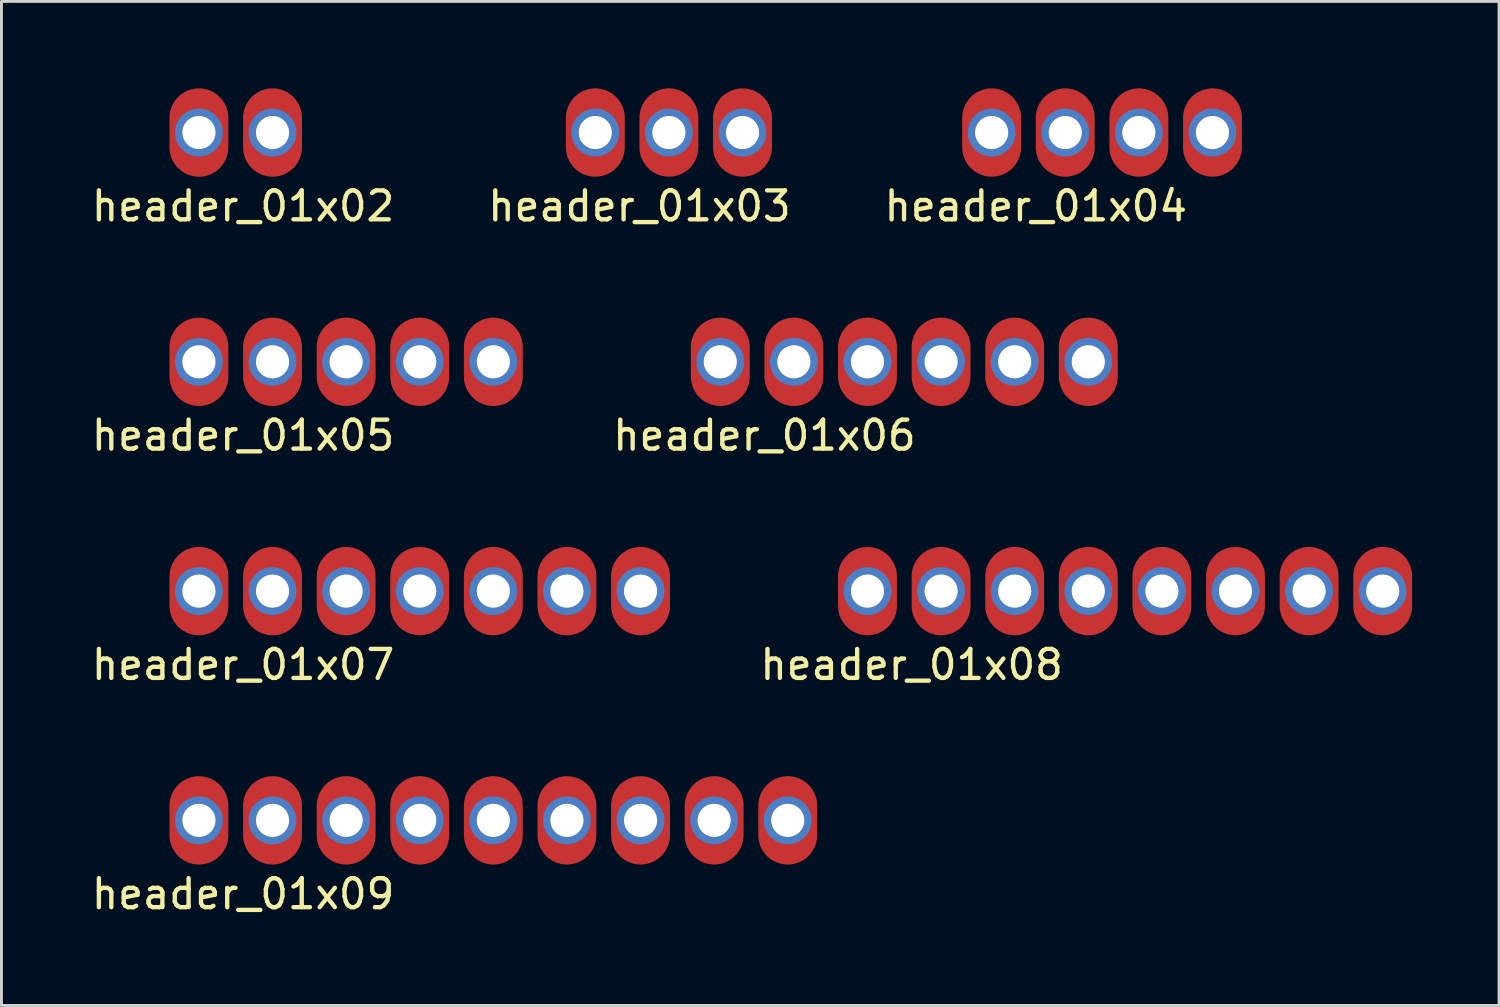
<source format=kicad_pcb>
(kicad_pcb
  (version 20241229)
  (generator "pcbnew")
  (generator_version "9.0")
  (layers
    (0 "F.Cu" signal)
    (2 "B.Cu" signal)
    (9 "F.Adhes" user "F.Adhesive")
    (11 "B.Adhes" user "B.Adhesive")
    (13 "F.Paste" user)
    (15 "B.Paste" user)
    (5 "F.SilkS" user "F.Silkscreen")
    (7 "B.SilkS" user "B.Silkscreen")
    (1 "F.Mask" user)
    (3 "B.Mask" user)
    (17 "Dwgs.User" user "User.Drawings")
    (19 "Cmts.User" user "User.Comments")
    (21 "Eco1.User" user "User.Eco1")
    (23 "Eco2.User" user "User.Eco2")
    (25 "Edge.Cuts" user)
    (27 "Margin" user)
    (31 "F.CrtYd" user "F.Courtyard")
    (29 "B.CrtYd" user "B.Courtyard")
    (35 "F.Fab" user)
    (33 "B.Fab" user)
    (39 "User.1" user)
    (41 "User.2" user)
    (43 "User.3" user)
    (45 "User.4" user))
  (footprint "header_01x08"
    (layer "F.Cu")
    (at 26.887 17.349)
    (property "Reference" "header_01x08" (at 1.524 2.54 180) (layer "F.SilkS") (effects (font (size 1 1) (thickness 0.15))))
    (attr through_hole)
    (pad "1" thru_hole circle (at 0 0) (size 1.651 1.651) (drill 1.143) (layers "*.Cu" "*.Mask"))
    (pad "1" smd oval (at 0 0) (size 2.032 3.048) (layers "F.Cu" "F.Mask" "F.Paste"))
    (pad "2" thru_hole circle (at 2.54 0) (size 1.651 1.651) (drill 1.143) (layers "*.Cu" "*.Mask"))
    (pad "2" smd oval (at 2.54 0) (size 2.032 3.048) (layers "F.Cu" "F.Mask" "F.Paste"))
    (pad "3" thru_hole circle (at 5.08 0) (size 1.651 1.651) (drill 1.143) (layers "*.Cu" "*.Mask"))
    (pad "3" smd oval (at 5.08 0) (size 2.032 3.048) (layers "F.Cu" "F.Mask" "F.Paste"))
    (pad "4" thru_hole circle (at 7.62 0) (size 1.651 1.651) (drill 1.143) (layers "*.Cu" "*.Mask"))
    (pad "4" smd oval (at 7.62 0) (size 2.032 3.048) (layers "F.Cu" "F.Mask" "F.Paste"))
    (pad "5" thru_hole circle (at 10.16 0) (size 1.651 1.651) (drill 1.143) (layers "*.Cu" "*.Mask"))
    (pad "5" smd oval (at 10.16 0) (size 2.032 3.048) (layers "F.Cu" "F.Mask" "F.Paste"))
    (pad "6" thru_hole circle (at 12.7 0) (size 1.651 1.651) (drill 1.143) (layers "*.Cu" "*.Mask"))
    (pad "6" smd oval (at 12.7 0) (size 2.032 3.048) (layers "F.Cu" "F.Mask" "F.Paste"))
    (pad "7" thru_hole circle (at 15.24 0) (size 1.651 1.651) (drill 1.143) (layers "*.Cu" "*.Mask"))
    (pad "7" smd oval (at 15.24 0) (size 2.032 3.048) (layers "F.Cu" "F.Mask" "F.Paste"))
    (pad "8" thru_hole circle (at 17.78 0) (size 1.651 1.651) (drill 1.143) (layers "*.Cu" "*.Mask"))
    (pad "8" smd oval (at 17.78 0) (size 2.032 3.048) (layers "F.Cu" "F.Mask" "F.Paste")))
  (footprint "header_01x03"
    (layer "F.Cu")
    (at 17.494 1.524)
    (property "Reference" "header_01x03" (at 1.524 2.54 180) (layer "F.SilkS") (effects (font (size 1 1) (thickness 0.15))))
    (attr through_hole)
    (pad "1" thru_hole circle (at 0 0) (size 1.651 1.651) (drill 1.143) (layers "*.Cu" "*.Mask"))
    (pad "1" smd oval (at 0 0) (size 2.032 3.048) (layers "F.Cu" "F.Mask" "F.Paste"))
    (pad "2" thru_hole circle (at 2.54 0) (size 1.651 1.651) (drill 1.143) (layers "*.Cu" "*.Mask"))
    (pad "2" smd oval (at 2.54 0) (size 2.032 3.048) (layers "F.Cu" "F.Mask" "F.Paste"))
    (pad "3" thru_hole circle (at 5.08 0) (size 1.651 1.651) (drill 1.143) (layers "*.Cu" "*.Mask"))
    (pad "3" smd oval (at 5.08 0) (size 2.032 3.048) (layers "F.Cu" "F.Mask" "F.Paste")))
  (footprint "header_01x04"
    (layer "F.Cu")
    (at 31.172 1.524)
    (property "Reference" "header_01x04" (at 1.524 2.54 180) (layer "F.SilkS") (effects (font (size 1 1) (thickness 0.15))))
    (attr through_hole)
    (pad "1" thru_hole circle (at 0 0) (size 1.651 1.651) (drill 1.143) (layers "*.Cu" "*.Mask"))
    (pad "1" smd oval (at 0 0) (size 2.032 3.048) (layers "F.Cu" "F.Mask" "F.Paste"))
    (pad "2" thru_hole circle (at 2.54 0) (size 1.651 1.651) (drill 1.143) (layers "*.Cu" "*.Mask"))
    (pad "2" smd oval (at 2.54 0) (size 2.032 3.048) (layers "F.Cu" "F.Mask" "F.Paste"))
    (pad "3" thru_hole circle (at 5.08 0) (size 1.651 1.651) (drill 1.143) (layers "*.Cu" "*.Mask"))
    (pad "3" smd oval (at 5.08 0) (size 2.032 3.048) (layers "F.Cu" "F.Mask" "F.Paste"))
    (pad "4" thru_hole circle (at 7.62 0) (size 1.651 1.651) (drill 1.143) (layers "*.Cu" "*.Mask"))
    (pad "4" smd oval (at 7.62 0) (size 2.032 3.048) (layers "F.Cu" "F.Mask" "F.Paste")))
  (footprint "header_01x05"
    (layer "F.Cu")
    (at 3.815 9.436)
    (property "Reference" "header_01x05" (at 1.524 2.54 180) (layer "F.SilkS") (effects (font (size 1 1) (thickness 0.15))))
    (attr through_hole)
    (pad "1" thru_hole circle (at 0 0) (size 1.651 1.651) (drill 1.143) (layers "*.Cu" "*.Mask"))
    (pad "1" smd oval (at 0 0) (size 2.032 3.048) (layers "F.Cu" "F.Mask" "F.Paste"))
    (pad "2" thru_hole circle (at 2.54 0) (size 1.651 1.651) (drill 1.143) (layers "*.Cu" "*.Mask"))
    (pad "2" smd oval (at 2.54 0) (size 2.032 3.048) (layers "F.Cu" "F.Mask" "F.Paste"))
    (pad "3" thru_hole circle (at 5.08 0) (size 1.651 1.651) (drill 1.143) (layers "*.Cu" "*.Mask"))
    (pad "3" smd oval (at 5.08 0) (size 2.032 3.048) (layers "F.Cu" "F.Mask" "F.Paste"))
    (pad "4" thru_hole circle (at 7.62 0) (size 1.651 1.651) (drill 1.143) (layers "*.Cu" "*.Mask"))
    (pad "4" smd oval (at 7.62 0) (size 2.032 3.048) (layers "F.Cu" "F.Mask" "F.Paste"))
    (pad "5" thru_hole circle (at 10.16 0) (size 1.651 1.651) (drill 1.143) (layers "*.Cu" "*.Mask"))
    (pad "5" smd oval (at 10.16 0) (size 2.032 3.048) (layers "F.Cu" "F.Mask" "F.Paste")))
  (footprint "header_01x07"
    (layer "F.Cu")
    (at 3.815 17.349)
    (property "Reference" "header_01x07" (at 1.524 2.54 180) (layer "F.SilkS") (effects (font (size 1 1) (thickness 0.15))))
    (attr through_hole)
    (pad "1" thru_hole circle (at 0 0) (size 1.651 1.651) (drill 1.143) (layers "*.Cu" "*.Mask"))
    (pad "1" smd oval (at 0 0) (size 2.032 3.048) (layers "F.Cu" "F.Mask" "F.Paste"))
    (pad "2" thru_hole circle (at 2.54 0) (size 1.651 1.651) (drill 1.143) (layers "*.Cu" "*.Mask"))
    (pad "2" smd oval (at 2.54 0) (size 2.032 3.048) (layers "F.Cu" "F.Mask" "F.Paste"))
    (pad "3" thru_hole circle (at 5.08 0) (size 1.651 1.651) (drill 1.143) (layers "*.Cu" "*.Mask"))
    (pad "3" smd oval (at 5.08 0) (size 2.032 3.048) (layers "F.Cu" "F.Mask" "F.Paste"))
    (pad "4" thru_hole circle (at 7.62 0) (size 1.651 1.651) (drill 1.143) (layers "*.Cu" "*.Mask"))
    (pad "4" smd oval (at 7.62 0) (size 2.032 3.048) (layers "F.Cu" "F.Mask" "F.Paste"))
    (pad "5" thru_hole circle (at 10.16 0) (size 1.651 1.651) (drill 1.143) (layers "*.Cu" "*.Mask"))
    (pad "5" smd oval (at 10.16 0) (size 2.032 3.048) (layers "F.Cu" "F.Mask" "F.Paste"))
    (pad "6" thru_hole circle (at 12.7 0) (size 1.651 1.651) (drill 1.143) (layers "*.Cu" "*.Mask"))
    (pad "6" smd oval (at 12.7 0) (size 2.032 3.048) (layers "F.Cu" "F.Mask" "F.Paste"))
    (pad "7" thru_hole circle (at 15.24 0) (size 1.651 1.651) (drill 1.143) (layers "*.Cu" "*.Mask"))
    (pad "7" smd oval (at 15.24 0) (size 2.032 3.048) (layers "F.Cu" "F.Mask" "F.Paste")))
  (footprint "header_01x06"
    (layer "F.Cu")
    (at 21.807 9.436)
    (property "Reference" "header_01x06" (at 1.524 2.54 180) (layer "F.SilkS") (effects (font (size 1 1) (thickness 0.15))))
    (attr through_hole)
    (pad "1" thru_hole circle (at 0 0) (size 1.651 1.651) (drill 1.143) (layers "*.Cu" "*.Mask"))
    (pad "1" smd oval (at 0 0) (size 2.032 3.048) (layers "F.Cu" "F.Mask" "F.Paste"))
    (pad "2" thru_hole circle (at 2.54 0) (size 1.651 1.651) (drill 1.143) (layers "*.Cu" "*.Mask"))
    (pad "2" smd oval (at 2.54 0) (size 2.032 3.048) (layers "F.Cu" "F.Mask" "F.Paste"))
    (pad "3" thru_hole circle (at 5.08 0) (size 1.651 1.651) (drill 1.143) (layers "*.Cu" "*.Mask"))
    (pad "3" smd oval (at 5.08 0) (size 2.032 3.048) (layers "F.Cu" "F.Mask" "F.Paste"))
    (pad "4" thru_hole circle (at 7.62 0) (size 1.651 1.651) (drill 1.143) (layers "*.Cu" "*.Mask"))
    (pad "4" smd oval (at 7.62 0) (size 2.032 3.048) (layers "F.Cu" "F.Mask" "F.Paste"))
    (pad "5" thru_hole circle (at 10.16 0) (size 1.651 1.651) (drill 1.143) (layers "*.Cu" "*.Mask"))
    (pad "5" smd oval (at 10.16 0) (size 2.032 3.048) (layers "F.Cu" "F.Mask" "F.Paste"))
    (pad "6" thru_hole circle (at 12.7 0) (size 1.651 1.651) (drill 1.143) (layers "*.Cu" "*.Mask"))
    (pad "6" smd oval (at 12.7 0) (size 2.032 3.048) (layers "F.Cu" "F.Mask" "F.Paste")))
  (footprint "header_01x02"
    (layer "F.Cu")
    (at 3.815 1.524)
    (property "Reference" "header_01x02" (at 1.524 2.54 180) (layer "F.SilkS") (effects (font (size 1 1) (thickness 0.15))))
    (attr through_hole)
    (pad "1" thru_hole circle (at 0 0) (size 1.651 1.651) (drill 1.143) (layers "*.Cu" "*.Mask"))
    (pad "1" smd oval (at 0 0) (size 2.032 3.048) (layers "F.Cu" "F.Mask" "F.Paste"))
    (pad "2" thru_hole circle (at 2.54 0) (size 1.651 1.651) (drill 1.143) (layers "*.Cu" "*.Mask"))
    (pad "2" smd oval (at 2.54 0) (size 2.032 3.048) (layers "F.Cu" "F.Mask" "F.Paste")))
  (footprint "header_01x09"
    (layer "F.Cu")
    (at 3.815 25.261)
    (property "Reference" "header_01x09" (at 1.524 2.54 180) (layer "F.SilkS") (effects (font (size 1 1) (thickness 0.15))))
    (attr through_hole)
    (pad "1" thru_hole circle (at 0 0) (size 1.651 1.651) (drill 1.143) (layers "*.Cu" "*.Mask"))
    (pad "1" smd oval (at 0 0) (size 2.032 3.048) (layers "F.Cu" "F.Mask" "F.Paste"))
    (pad "2" thru_hole circle (at 2.54 0) (size 1.651 1.651) (drill 1.143) (layers "*.Cu" "*.Mask"))
    (pad "2" smd oval (at 2.54 0) (size 2.032 3.048) (layers "F.Cu" "F.Mask" "F.Paste"))
    (pad "3" thru_hole circle (at 5.08 0) (size 1.651 1.651) (drill 1.143) (layers "*.Cu" "*.Mask"))
    (pad "3" smd oval (at 5.08 0) (size 2.032 3.048) (layers "F.Cu" "F.Mask" "F.Paste"))
    (pad "4" thru_hole circle (at 7.62 0) (size 1.651 1.651) (drill 1.143) (layers "*.Cu" "*.Mask"))
    (pad "4" smd oval (at 7.62 0) (size 2.032 3.048) (layers "F.Cu" "F.Mask" "F.Paste"))
    (pad "5" thru_hole circle (at 10.16 0) (size 1.651 1.651) (drill 1.143) (layers "*.Cu" "*.Mask"))
    (pad "5" smd oval (at 10.16 0) (size 2.032 3.048) (layers "F.Cu" "F.Mask" "F.Paste"))
    (pad "6" thru_hole circle (at 12.7 0) (size 1.651 1.651) (drill 1.143) (layers "*.Cu" "*.Mask"))
    (pad "6" smd oval (at 12.7 0) (size 2.032 3.048) (layers "F.Cu" "F.Mask" "F.Paste"))
    (pad "7" thru_hole circle (at 15.24 0) (size 1.651 1.651) (drill 1.143) (layers "*.Cu" "*.Mask"))
    (pad "7" smd oval (at 15.24 0) (size 2.032 3.048) (layers "F.Cu" "F.Mask" "F.Paste"))
    (pad "8" thru_hole circle (at 17.78 0) (size 1.651 1.651) (drill 1.143) (layers "*.Cu" "*.Mask"))
    (pad "8" smd oval (at 17.78 0) (size 2.032 3.048) (layers "F.Cu" "F.Mask" "F.Paste"))
    (pad "9" thru_hole circle (at 20.32 0) (size 1.651 1.651) (drill 1.143) (layers "*.Cu" "*.Mask"))
    (pad "9" smd oval (at 20.32 0) (size 2.032 3.048) (layers "F.Cu" "F.Mask" "F.Paste")))
  (gr_rect
    (start -3 -3)
    (end 48.683 31.649)
    (stroke (width 0.1) (type default))
    (fill no)
    (layer "Edge.Cuts")))
</source>
